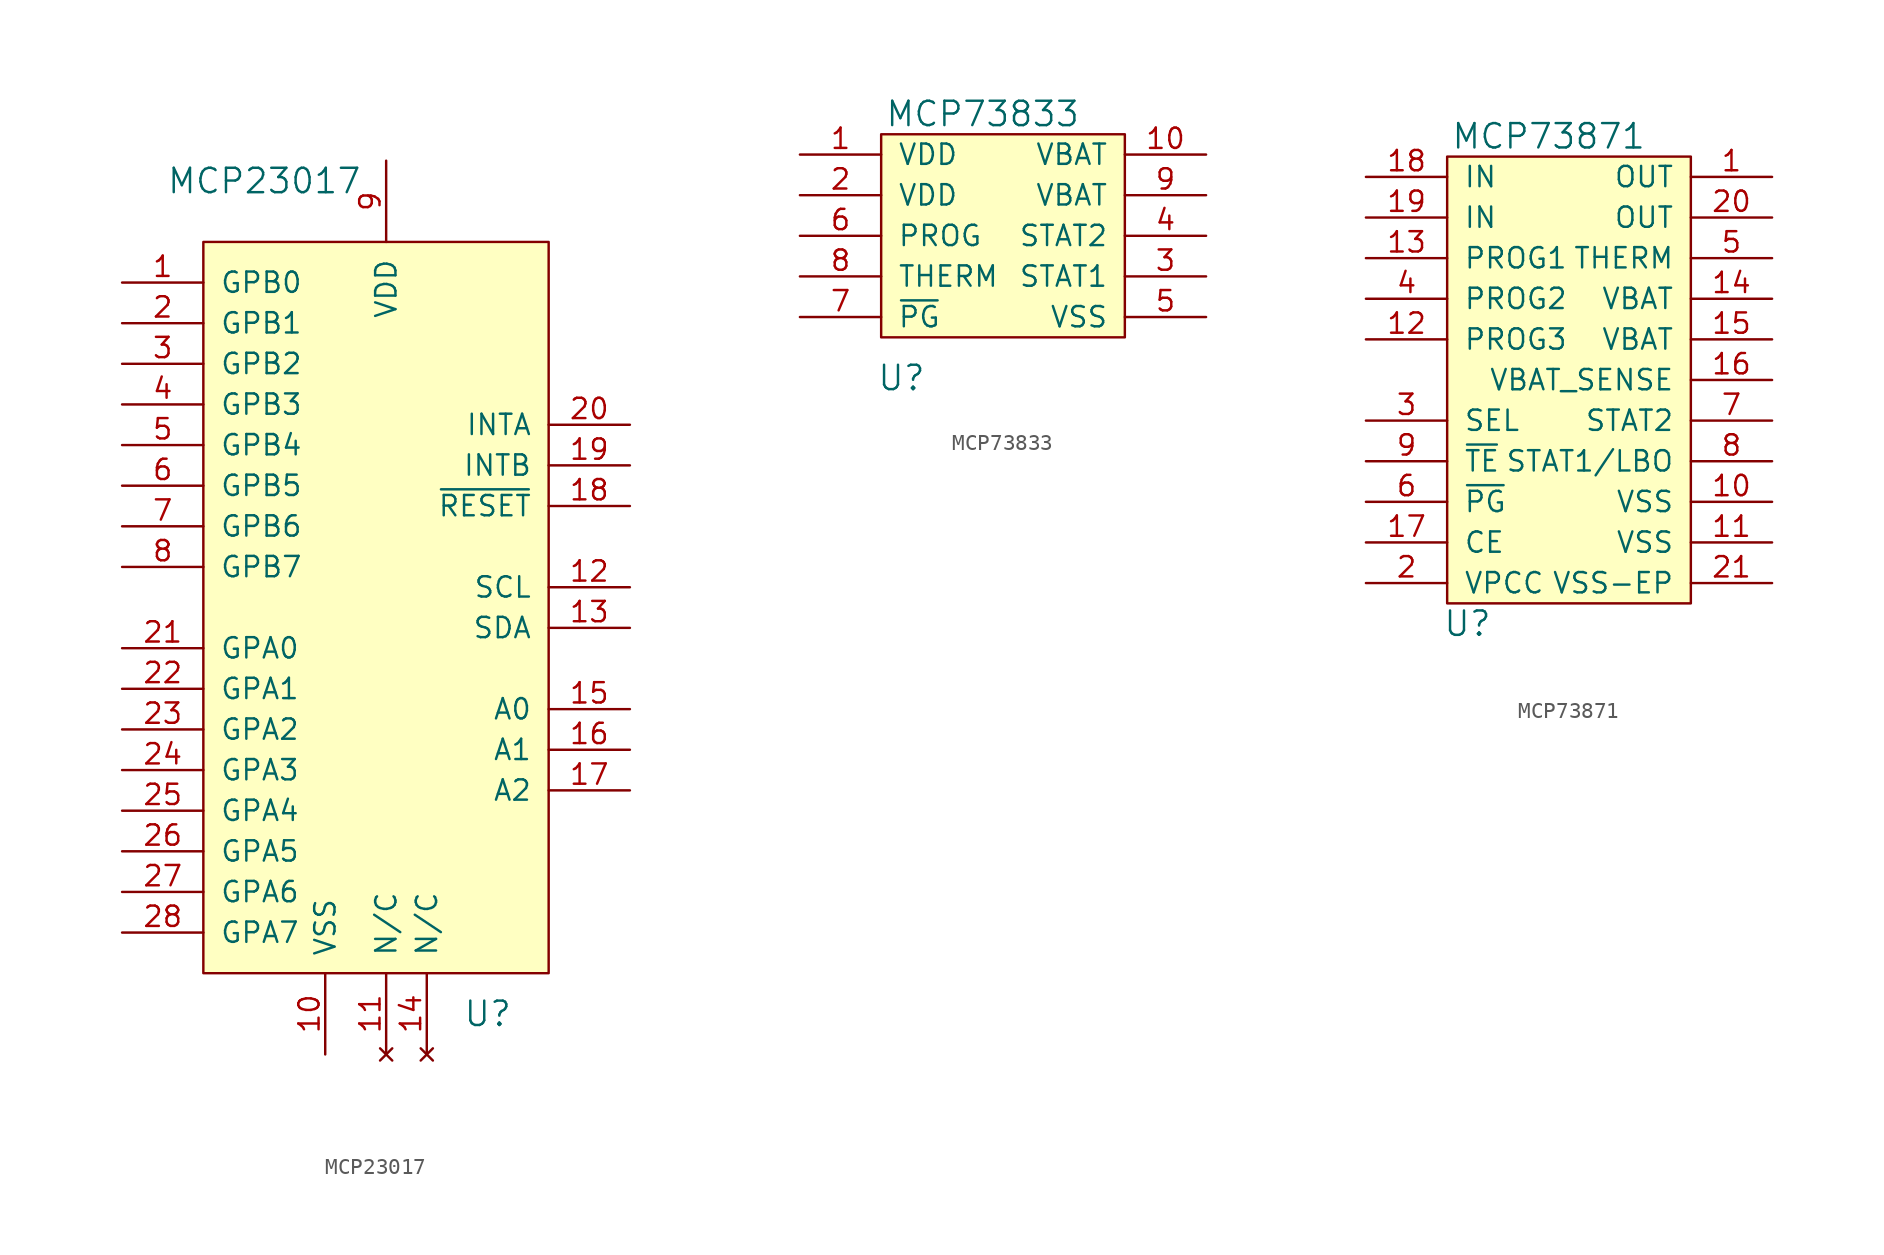
<source format=kicad_sym>
(kicad_symbol_lib
  (version 20241209)
  (generator "kicad_symbol_editor")
  (generator_version "9.0")
  (symbol "MCP23017"
    (pin_names
      (offset 1.016))
    (property "Reference" "U"
      (at 6.35 -25.4 0)
      (effects (font (size 1.524 1.524))))
    (property "Value" "MCP23017"
      (at -7.62 26.67 0)
      (effects (font (size 1.524 1.524))))
    (symbol "MCP23017_0_1"
      (rectangle (start -11.43 22.86) (end 10.16 -22.86) (stroke (width 0) (type solid)) (fill (type background))))
    (symbol "MCP23017_1_1"
      (pin bidirectional line (at -16.51 20.32 0) (length 5.08) (name "GPB0" (effects (font (size 1.27 1.27)))) (number "1" (effects (font (size 1.27 1.27)))))
      (pin bidirectional line (at -16.51 17.78 0) (length 5.08) (name "GPB1" (effects (font (size 1.27 1.27)))) (number "2" (effects (font (size 1.27 1.27)))))
      (pin bidirectional line (at -16.51 15.24 0) (length 5.08) (name "GPB2" (effects (font (size 1.27 1.27)))) (number "3" (effects (font (size 1.27 1.27)))))
      (pin bidirectional line (at -16.51 12.7 0) (length 5.08) (name "GPB3" (effects (font (size 1.27 1.27)))) (number "4" (effects (font (size 1.27 1.27)))))
      (pin bidirectional line (at -16.51 10.16 0) (length 5.08) (name "GPB4" (effects (font (size 1.27 1.27)))) (number "5" (effects (font (size 1.27 1.27)))))
      (pin bidirectional line (at -16.51 7.62 0) (length 5.08) (name "GPB5" (effects (font (size 1.27 1.27)))) (number "6" (effects (font (size 1.27 1.27)))))
      (pin bidirectional line (at -16.51 5.08 0) (length 5.08) (name "GPB6" (effects (font (size 1.27 1.27)))) (number "7" (effects (font (size 1.27 1.27)))))
      (pin bidirectional line (at -16.51 2.54 0) (length 5.08) (name "GPB7" (effects (font (size 1.27 1.27)))) (number "8" (effects (font (size 1.27 1.27)))))
      (pin bidirectional line (at -16.51 -2.54 0) (length 5.08) (name "GPA0" (effects (font (size 1.27 1.27)))) (number "21" (effects (font (size 1.27 1.27)))))
      (pin bidirectional line (at -16.51 -5.08 0) (length 5.08) (name "GPA1" (effects (font (size 1.27 1.27)))) (number "22" (effects (font (size 1.27 1.27)))))
      (pin bidirectional line (at -16.51 -7.62 0) (length 5.08) (name "GPA2" (effects (font (size 1.27 1.27)))) (number "23" (effects (font (size 1.27 1.27)))))
      (pin bidirectional line (at -16.51 -10.16 0) (length 5.08) (name "GPA3" (effects (font (size 1.27 1.27)))) (number "24" (effects (font (size 1.27 1.27)))))
      (pin bidirectional line (at -16.51 -12.7 0) (length 5.08) (name "GPA4" (effects (font (size 1.27 1.27)))) (number "25" (effects (font (size 1.27 1.27)))))
      (pin bidirectional line (at -16.51 -15.24 0) (length 5.08) (name "GPA5" (effects (font (size 1.27 1.27)))) (number "26" (effects (font (size 1.27 1.27)))))
      (pin bidirectional line (at -16.51 -17.78 0) (length 5.08) (name "GPA6" (effects (font (size 1.27 1.27)))) (number "27" (effects (font (size 1.27 1.27)))))
      (pin bidirectional line (at -16.51 -20.32 0) (length 5.08) (name "GPA7" (effects (font (size 1.27 1.27)))) (number "28" (effects (font (size 1.27 1.27)))))
      (pin power_in line (at -3.81 -27.94 90) (length 5.08) (name "VSS" (effects (font (size 1.27 1.27)))) (number "10" (effects (font (size 1.27 1.27)))))
      (pin power_in line (at 0 27.94 270) (length 5.08) (name "VDD" (effects (font (size 1.27 1.27)))) (number "9" (effects (font (size 1.27 1.27)))))
      (pin no_connect line (at 0 -27.94 90) (length 5.08) (name "N/C" (effects (font (size 1.27 1.27)))) (number "11" (effects (font (size 1.27 1.27)))))
      (pin no_connect line (at 2.54 -27.94 90) (length 5.08) (name "N/C" (effects (font (size 1.27 1.27)))) (number "14" (effects (font (size 1.27 1.27)))))
      (pin output line (at 15.24 11.43 180) (length 5.08) (name "INTA" (effects (font (size 1.27 1.27)))) (number "20" (effects (font (size 1.27 1.27)))))
      (pin output line (at 15.24 8.89 180) (length 5.08) (name "INTB" (effects (font (size 1.27 1.27)))) (number "19" (effects (font (size 1.27 1.27)))))
      (pin output line (at 15.24 6.35 180) (length 5.08) (name "~{RESET}" (effects (font (size 1.27 1.27)))) (number "18" (effects (font (size 1.27 1.27)))))
      (pin input line (at 15.24 1.27 180) (length 5.08) (name "SCL" (effects (font (size 1.27 1.27)))) (number "12" (effects (font (size 1.27 1.27)))))
      (pin bidirectional line (at 15.24 -1.27 180) (length 5.08) (name "SDA" (effects (font (size 1.27 1.27)))) (number "13" (effects (font (size 1.27 1.27)))))
      (pin input line (at 15.24 -6.35 180) (length 5.08) (name "A0" (effects (font (size 1.27 1.27)))) (number "15" (effects (font (size 1.27 1.27)))))
      (pin input line (at 15.24 -8.89 180) (length 5.08) (name "A1" (effects (font (size 1.27 1.27)))) (number "16" (effects (font (size 1.27 1.27)))))
      (pin input line (at 15.24 -11.43 180) (length 5.08) (name "A2" (effects (font (size 1.27 1.27)))) (number "17" (effects (font (size 1.27 1.27)))))))
  (symbol "MCP73833"
    (pin_names
      (offset 1.016))
    (property "Reference" "U"
      (at -6.35 -8.89 0)
      (effects (font (size 1.524 1.524))))
    (property "Value" "MCP73833"
      (at -1.27 7.62 0)
      (effects (font (size 1.524 1.524))))
    (symbol "MCP73833_0_1"
      (rectangle (start -7.62 6.35) (end 7.62 -6.35) (stroke (width 0) (type solid)) (fill (type background))))
    (symbol "MCP73833_1_1"
      (pin power_in line (at -12.7 5.08 0) (length 5.08) (name "VDD" (effects (font (size 1.27 1.27)))) (number "1" (effects (font (size 1.27 1.27)))))
      (pin power_in line (at -12.7 2.54 0) (length 5.08) (name "VDD" (effects (font (size 1.27 1.27)))) (number "2" (effects (font (size 1.27 1.27)))))
      (pin input line (at -12.7 0 0) (length 5.08) (name "PROG" (effects (font (size 1.27 1.27)))) (number "6" (effects (font (size 1.27 1.27)))))
      (pin input line (at -12.7 -2.54 0) (length 5.08) (name "THERM" (effects (font (size 1.27 1.27)))) (number "8" (effects (font (size 1.27 1.27)))))
      (pin output line (at -12.7 -5.08 0) (length 5.08) (name "~{PG}" (effects (font (size 1.27 1.27)))) (number "7" (effects (font (size 1.27 1.27)))))
      (pin power_out line (at 12.7 5.08 180) (length 5.08) (name "VBAT" (effects (font (size 1.27 1.27)))) (number "10" (effects (font (size 1.27 1.27)))))
      (pin power_out line (at 12.7 2.54 180) (length 5.08) (name "VBAT" (effects (font (size 1.27 1.27)))) (number "9" (effects (font (size 1.27 1.27)))))
      (pin output line (at 12.7 0 180) (length 5.08) (name "STAT2" (effects (font (size 1.27 1.27)))) (number "4" (effects (font (size 1.27 1.27)))))
      (pin output line (at 12.7 -2.54 180) (length 5.08) (name "STAT1" (effects (font (size 1.27 1.27)))) (number "3" (effects (font (size 1.27 1.27)))))
      (pin power_in line (at 12.7 -5.08 180) (length 5.08) (name "VSS" (effects (font (size 1.27 1.27)))) (number "5" (effects (font (size 1.27 1.27)))))))
  (symbol "MCP73871"
    (pin_names
      (offset 1.016))
    (property "Reference" "U"
      (at -6.35 -15.24 0)
      (effects (font (size 1.524 1.524))))
    (property "Value" "MCP73871"
      (at -1.27 15.24 0)
      (effects (font (size 1.524 1.524))))
    (symbol "MCP73871_0_1"
      (rectangle (start -7.62 13.97) (end 7.62 -13.97) (stroke (width 0) (type solid)) (fill (type background))))
    (symbol "MCP73871_1_1"
      (pin power_in line (at -12.7 12.7 0) (length 5.08) (name "IN" (effects (font (size 1.27 1.27)))) (number "18" (effects (font (size 1.27 1.27)))))
      (pin power_in line (at -12.7 10.16 0) (length 5.08) (name "IN" (effects (font (size 1.27 1.27)))) (number "19" (effects (font (size 1.27 1.27)))))
      (pin bidirectional line (at -12.7 7.62 0) (length 5.08) (name "PROG1" (effects (font (size 1.27 1.27)))) (number "13" (effects (font (size 1.27 1.27)))))
      (pin bidirectional line (at -12.7 5.08 0) (length 5.08) (name "PROG2" (effects (font (size 1.27 1.27)))) (number "4" (effects (font (size 1.27 1.27)))))
      (pin bidirectional line (at -12.7 2.54 0) (length 5.08) (name "PROG3" (effects (font (size 1.27 1.27)))) (number "12" (effects (font (size 1.27 1.27)))))
      (pin input line (at -12.7 -2.54 0) (length 5.08) (name "SEL" (effects (font (size 1.27 1.27)))) (number "3" (effects (font (size 1.27 1.27)))))
      (pin input line (at -12.7 -5.08 0) (length 5.08) (name "~{TE}" (effects (font (size 1.27 1.27)))) (number "9" (effects (font (size 1.27 1.27)))))
      (pin output line (at -12.7 -7.62 0) (length 5.08) (name "~{PG}" (effects (font (size 1.27 1.27)))) (number "6" (effects (font (size 1.27 1.27)))))
      (pin input line (at -12.7 -10.16 0) (length 5.08) (name "CE" (effects (font (size 1.27 1.27)))) (number "17" (effects (font (size 1.27 1.27)))))
      (pin input line (at -12.7 -12.7 0) (length 5.08) (name "VPCC" (effects (font (size 1.27 1.27)))) (number "2" (effects (font (size 1.27 1.27)))))
      (pin power_out line (at 12.7 12.7 180) (length 5.08) (name "OUT" (effects (font (size 1.27 1.27)))) (number "1" (effects (font (size 1.27 1.27)))))
      (pin power_out line (at 12.7 10.16 180) (length 5.08) (name "OUT" (effects (font (size 1.27 1.27)))) (number "20" (effects (font (size 1.27 1.27)))))
      (pin bidirectional line (at 12.7 7.62 180) (length 5.08) (name "THERM" (effects (font (size 1.27 1.27)))) (number "5" (effects (font (size 1.27 1.27)))))
      (pin bidirectional line (at 12.7 5.08 180) (length 5.08) (name "VBAT" (effects (font (size 1.27 1.27)))) (number "14" (effects (font (size 1.27 1.27)))))
      (pin bidirectional line (at 12.7 2.54 180) (length 5.08) (name "VBAT" (effects (font (size 1.27 1.27)))) (number "15" (effects (font (size 1.27 1.27)))))
      (pin bidirectional line (at 12.7 0 180) (length 5.08) (name "VBAT_SENSE" (effects (font (size 1.27 1.27)))) (number "16" (effects (font (size 1.27 1.27)))))
      (pin output line (at 12.7 -2.54 180) (length 5.08) (name "STAT2" (effects (font (size 1.27 1.27)))) (number "7" (effects (font (size 1.27 1.27)))))
      (pin output line (at 12.7 -5.08 180) (length 5.08) (name "STAT1/LBO" (effects (font (size 1.27 1.27)))) (number "8" (effects (font (size 1.27 1.27)))))
      (pin power_in line (at 12.7 -7.62 180) (length 5.08) (name "VSS" (effects (font (size 1.27 1.27)))) (number "10" (effects (font (size 1.27 1.27)))))
      (pin power_in line (at 12.7 -10.16 180) (length 5.08) (name "VSS" (effects (font (size 1.27 1.27)))) (number "11" (effects (font (size 1.27 1.27)))))
      (pin power_in line (at 12.7 -12.7 180) (length 5.08) (name "VSS-EP" (effects (font (size 1.27 1.27)))) (number "21" (effects (font (size 1.27 1.27))))))))
</source>
